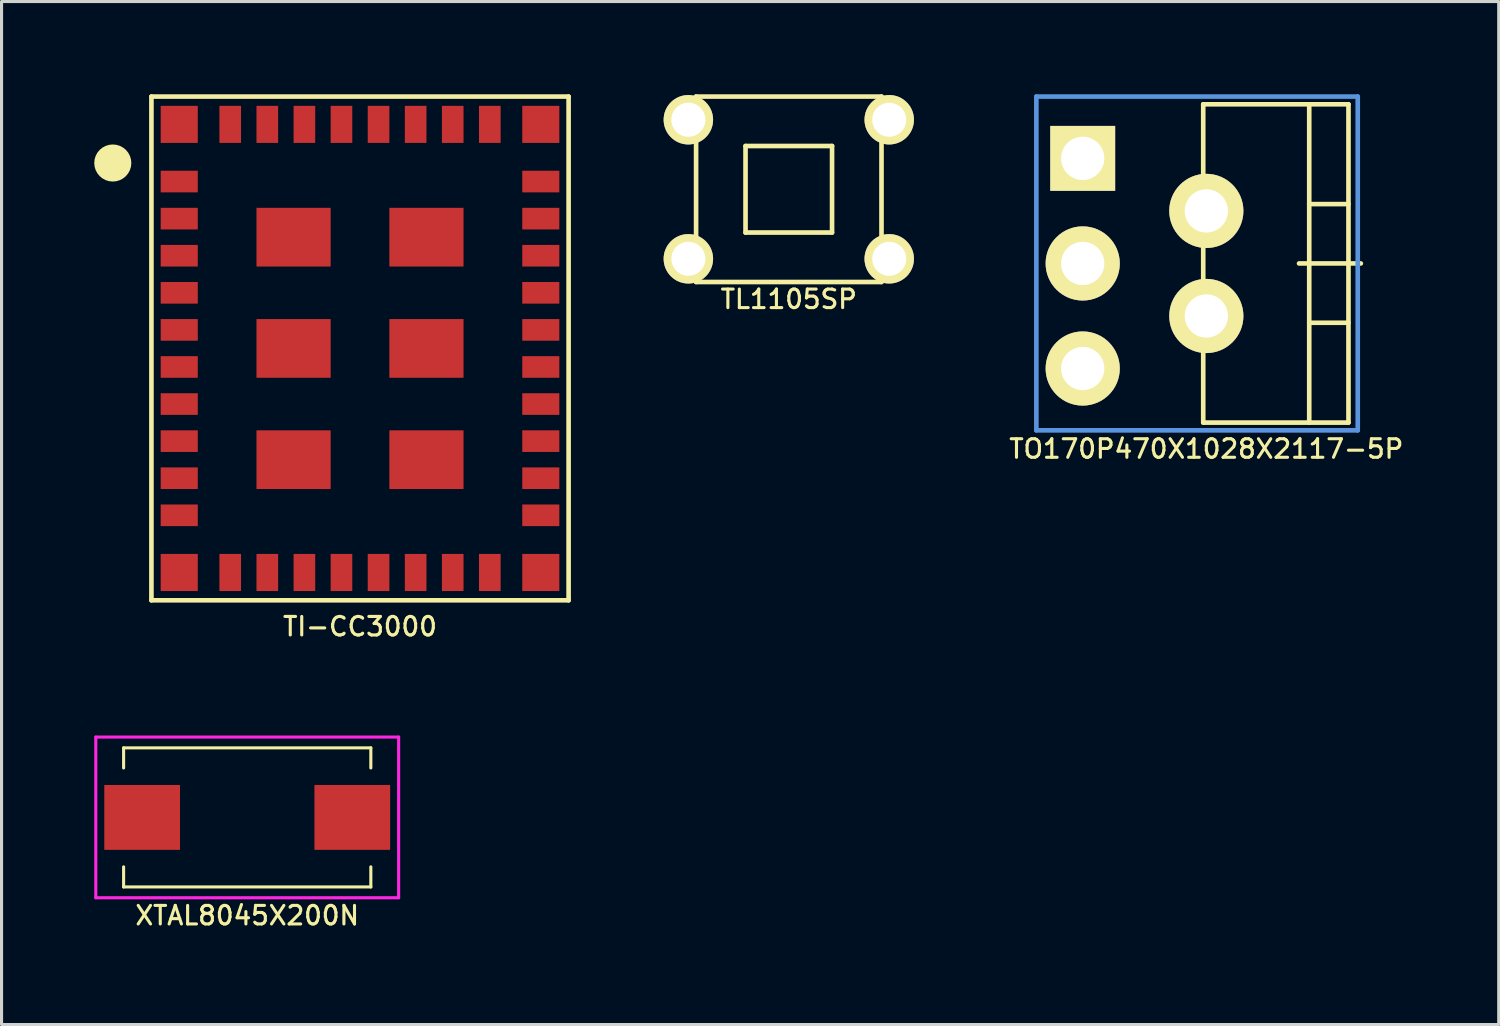
<source format=kicad_pcb>
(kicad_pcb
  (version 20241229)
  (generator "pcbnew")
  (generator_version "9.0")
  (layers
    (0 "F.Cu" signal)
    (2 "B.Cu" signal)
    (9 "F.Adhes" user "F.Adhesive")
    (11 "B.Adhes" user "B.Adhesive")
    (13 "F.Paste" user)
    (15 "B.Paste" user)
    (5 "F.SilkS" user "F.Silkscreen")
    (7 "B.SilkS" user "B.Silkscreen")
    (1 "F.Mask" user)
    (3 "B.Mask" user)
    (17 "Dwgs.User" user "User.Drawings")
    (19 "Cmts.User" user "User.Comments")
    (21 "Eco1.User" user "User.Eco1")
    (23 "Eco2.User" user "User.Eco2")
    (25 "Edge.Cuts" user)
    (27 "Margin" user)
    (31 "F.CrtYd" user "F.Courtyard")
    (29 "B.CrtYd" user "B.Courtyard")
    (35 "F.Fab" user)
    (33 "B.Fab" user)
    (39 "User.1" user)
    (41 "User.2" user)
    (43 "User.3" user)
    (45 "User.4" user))
  (footprint "TO170P470X1028X2117-5P"
    (layer "F.Cu")
    (at 31.986 5.475)
    (property "Reference" "TO170P470X1028X2117-5P" (at 4 6 0) (layer "F.SilkS") (effects (font (size 0.6 0.6) (thickness 0.1))))
    (attr through_hole)
    (fp_line (start 3.9 -5.15) (end 3.9 5.15) (stroke (width 0.15) (type solid)) (layer "F.SilkS"))
    (fp_line (start 3.9 5.15) (end 8.6 5.15) (stroke (width 0.15) (type solid)) (layer "F.SilkS"))
    (fp_line (start 7.33 -5.15) (end 7.33 5.15) (stroke (width 0.15) (type solid)) (layer "F.SilkS"))
    (fp_line (start 7.33 -1.92) (end 8.6 -1.92) (stroke (width 0.15) (type solid)) (layer "F.SilkS"))
    (fp_line (start 7.33 1.92) (end 8.6 1.92) (stroke (width 0.15) (type solid)) (layer "F.SilkS"))
    (fp_line (start 8.6 -5.15) (end 3.9 -5.15) (stroke (width 0.15) (type solid)) (layer "F.SilkS"))
    (fp_line (start 8.6 5.15) (end 8.6 -5.15) (stroke (width 0.15) (type solid)) (layer "F.SilkS"))
    (fp_line (start 9 0) (end 7 0) (stroke (width 0.15) (type solid)) (layer "F.SilkS"))
    (fp_line (start -1.5 -5.4) (end 8.9 -5.4) (stroke (width 0.15) (type solid)) (layer "Cmts.User"))
    (fp_line (start -1.5 5.4) (end -1.5 -5.4) (stroke (width 0.15) (type solid)) (layer "Cmts.User"))
    (fp_line (start 8.9 -5.4) (end 8.9 5.4) (stroke (width 0.15) (type solid)) (layer "Cmts.User"))
    (fp_line (start 8.9 5.4) (end -1.5 5.4) (stroke (width 0.15) (type solid)) (layer "Cmts.User"))
    (pad "1" thru_hole rect (at 0 -3.4) (size 2.1 2.1) (drill 1.4) (layers "*.Cu" "*.Mask" "F.SilkS"))
    (pad "2" thru_hole circle (at 4 -1.7) (size 2.4 2.4) (drill 1.4) (layers "*.Cu" "*.Mask" "F.SilkS"))
    (pad "3" thru_hole circle (at 0 0) (size 2.4 2.4) (drill 1.4) (layers "*.Cu" "*.Mask" "F.SilkS"))
    (pad "4" thru_hole circle (at 4 1.7) (size 2.4 2.4) (drill 1.4) (layers "*.Cu" "*.Mask" "F.SilkS"))
    (pad "5" thru_hole circle (at 0 3.4) (size 2.4 2.4) (drill 1.4) (layers "*.Cu" "*.Mask" "F.SilkS")))
  (footprint "TI-CC3000"
    (layer "F.Cu")
    (at 8.6 8.225)
    (property "Reference" "TI-CC3000" (at 0 9 0) (layer "F.SilkS") (effects (font (size 0.6 0.6) (thickness 0.1))))
    (attr through_hole)
    (fp_line (start -6.75 -8.15) (end 6.75 -8.15) (stroke (width 0.15) (type solid)) (layer "F.SilkS"))
    (fp_line (start -6.75 8.15) (end -6.75 -8.15) (stroke (width 0.15) (type solid)) (layer "F.SilkS"))
    (fp_line (start 6.75 -8.15) (end 6.75 8.15) (stroke (width 0.15) (type solid)) (layer "F.SilkS"))
    (fp_line (start 6.75 8.15) (end -6.75 8.15) (stroke (width 0.15) (type solid)) (layer "F.SilkS"))
    (fp_circle (center -8 -6) (end -7.7 -6) (stroke (width 0.6) (type solid)) (fill no) (layer "F.SilkS"))
    (pad "1" smd rect (at -5.85 -5.4) (size 1.2 0.7) (layers "F.Cu" "F.Mask" "F.Paste"))
    (pad "2" smd rect (at -5.85 -4.2) (size 1.2 0.7) (layers "F.Cu" "F.Mask" "F.Paste"))
    (pad "3" smd rect (at -5.85 -3) (size 1.2 0.7) (layers "F.Cu" "F.Mask" "F.Paste"))
    (pad "4" smd rect (at -5.85 -1.8) (size 1.2 0.7) (layers "F.Cu" "F.Mask" "F.Paste"))
    (pad "5" smd rect (at -5.85 -0.6) (size 1.2 0.7) (layers "F.Cu" "F.Mask" "F.Paste"))
    (pad "6" smd rect (at -5.85 0.6) (size 1.2 0.7) (layers "F.Cu" "F.Mask" "F.Paste"))
    (pad "7" smd rect (at -5.85 1.8) (size 1.2 0.7) (layers "F.Cu" "F.Mask" "F.Paste"))
    (pad "8" smd rect (at -5.85 3) (size 1.2 0.7) (layers "F.Cu" "F.Mask" "F.Paste"))
    (pad "9" smd rect (at -5.85 4.2) (size 1.2 0.7) (layers "F.Cu" "F.Mask" "F.Paste"))
    (pad "10" smd rect (at -5.85 5.4) (size 1.2 0.7) (layers "F.Cu" "F.Mask" "F.Paste"))
    (pad "11" smd rect (at -4.2 7.25) (size 0.7 1.2) (layers "F.Cu" "F.Mask" "F.Paste"))
    (pad "12" smd rect (at -3 7.25) (size 0.7 1.2) (layers "F.Cu" "F.Mask" "F.Paste"))
    (pad "13" smd rect (at -1.8 7.25) (size 0.7 1.2) (layers "F.Cu" "F.Mask" "F.Paste"))
    (pad "14" smd rect (at -0.6 7.25) (size 0.7 1.2) (layers "F.Cu" "F.Mask" "F.Paste"))
    (pad "15" smd rect (at 0.6 7.25) (size 0.7 1.2) (layers "F.Cu" "F.Mask" "F.Paste"))
    (pad "16" smd rect (at 1.8 7.25) (size 0.7 1.2) (layers "F.Cu" "F.Mask" "F.Paste"))
    (pad "17" smd rect (at 3 7.25) (size 0.7 1.2) (layers "F.Cu" "F.Mask" "F.Paste"))
    (pad "18" smd rect (at 4.2 7.25) (size 0.7 1.2) (layers "F.Cu" "F.Mask" "F.Paste"))
    (pad "19" smd rect (at 5.85 5.4) (size 1.2 0.7) (layers "F.Cu" "F.Mask" "F.Paste"))
    (pad "20" smd rect (at 5.85 4.2) (size 1.2 0.7) (layers "F.Cu" "F.Mask" "F.Paste"))
    (pad "21" smd rect (at 5.85 3) (size 1.2 0.7) (layers "F.Cu" "F.Mask" "F.Paste"))
    (pad "22" smd rect (at 5.85 1.8) (size 1.2 0.7) (layers "F.Cu" "F.Mask" "F.Paste"))
    (pad "23" smd rect (at 5.85 0.6) (size 1.2 0.7) (layers "F.Cu" "F.Mask" "F.Paste"))
    (pad "24" smd rect (at 5.85 -0.6) (size 1.2 0.7) (layers "F.Cu" "F.Mask" "F.Paste"))
    (pad "25" smd rect (at 5.85 -1.8) (size 1.2 0.7) (layers "F.Cu" "F.Mask" "F.Paste"))
    (pad "26" smd rect (at 5.85 -3) (size 1.2 0.7) (layers "F.Cu" "F.Mask" "F.Paste"))
    (pad "27" smd rect (at 5.85 -4.2) (size 1.2 0.7) (layers "F.Cu" "F.Mask" "F.Paste"))
    (pad "28" smd rect (at 5.85 -5.4) (size 1.2 0.7) (layers "F.Cu" "F.Mask" "F.Paste"))
    (pad "29" smd rect (at 4.2 -7.25) (size 0.7 1.2) (layers "F.Cu" "F.Mask" "F.Paste"))
    (pad "30" smd rect (at 3 -7.25) (size 0.7 1.2) (layers "F.Cu" "F.Mask" "F.Paste"))
    (pad "31" smd rect (at 1.8 -7.25) (size 0.7 1.2) (layers "F.Cu" "F.Mask" "F.Paste"))
    (pad "32" smd rect (at 0.6 -7.25) (size 0.7 1.2) (layers "F.Cu" "F.Mask" "F.Paste"))
    (pad "33" smd rect (at -0.6 -7.25) (size 0.7 1.2) (layers "F.Cu" "F.Mask" "F.Paste"))
    (pad "34" smd rect (at -1.8 -7.25) (size 0.7 1.2) (layers "F.Cu" "F.Mask" "F.Paste"))
    (pad "35" smd rect (at -3 -7.25) (size 0.7 1.2) (layers "F.Cu" "F.Mask" "F.Paste"))
    (pad "36" smd rect (at -4.2 -7.25) (size 0.7 1.2) (layers "F.Cu" "F.Mask" "F.Paste"))
    (pad "37" smd rect (at -2.15 -3.6) (size 2.4 1.9) (layers "F.Cu" "F.Mask" "F.Paste"))
    (pad "38" smd rect (at -2.15 0) (size 2.4 1.9) (layers "F.Cu" "F.Mask" "F.Paste"))
    (pad "39" smd rect (at -2.15 3.6) (size 2.4 1.9) (layers "F.Cu" "F.Mask" "F.Paste"))
    (pad "40" smd rect (at 2.15 -3.6) (size 2.4 1.9) (layers "F.Cu" "F.Mask" "F.Paste"))
    (pad "41" smd rect (at 2.15 0) (size 2.4 1.9) (layers "F.Cu" "F.Mask" "F.Paste"))
    (pad "42" smd rect (at 2.15 3.6) (size 2.4 1.9) (layers "F.Cu" "F.Mask" "F.Paste"))
    (pad "43" smd rect (at -5.85 -7.25) (size 1.2 1.2) (layers "F.Cu" "F.Mask" "F.Paste"))
    (pad "44" smd rect (at -5.85 7.25) (size 1.2 1.2) (layers "F.Cu" "F.Mask" "F.Paste"))
    (pad "45" smd rect (at 5.85 7.25) (size 1.2 1.2) (layers "F.Cu" "F.Mask" "F.Paste"))
    (pad "46" smd rect (at 5.85 -7.25) (size 1.2 1.2) (layers "F.Cu" "F.Mask" "F.Paste")))
  (footprint "XTAL8045X200N"
    (layer "F.Cu")
    (at 4.95 23.401)
    (property "Reference" "XTAL8045X200N" (at 0 3.175 0) (layer "F.SilkS") (effects (font (size 0.6 0.6) (thickness 0.1))))
    (attr through_hole)
    (fp_line (start -4 -2.25) (end 4 -2.25) (stroke (width 0.1) (type solid)) (layer "F.SilkS"))
    (fp_line (start -4 -1.6) (end -4 -2.25) (stroke (width 0.1) (type solid)) (layer "F.SilkS"))
    (fp_line (start -4 2.25) (end -4 1.6) (stroke (width 0.1) (type solid)) (layer "F.SilkS"))
    (fp_line (start -4 2.25) (end 4 2.25) (stroke (width 0.1) (type solid)) (layer "F.SilkS"))
    (fp_line (start 4 -2.25) (end 4 -1.6) (stroke (width 0.1) (type solid)) (layer "F.SilkS"))
    (fp_line (start 4 1.6) (end 4 2.25) (stroke (width 0.1) (type solid)) (layer "F.SilkS"))
    (fp_line (start -4.9 -2.6) (end 4.9 -2.6) (stroke (width 0.1) (type solid)) (layer "F.CrtYd"))
    (fp_line (start -4.9 2.6) (end -4.9 -2.6) (stroke (width 0.1) (type solid)) (layer "F.CrtYd"))
    (fp_line (start 4.9 -2.6) (end 4.9 2.6) (stroke (width 0.1) (type solid)) (layer "F.CrtYd"))
    (fp_line (start 4.9 2.6) (end -4.9 2.6) (stroke (width 0.1) (type solid)) (layer "F.CrtYd"))
    (pad "1" smd rect (at -3.4 0) (size 2.45 2.1) (layers "F.Cu" "F.Mask" "F.Paste"))
    (pad "2" smd rect (at 3.4 0) (size 2.45 2.1) (layers "F.Cu" "F.Mask" "F.Paste")))
  (footprint "TL1105SP"
    (layer "F.Cu")
    (at 22.475 3.075)
    (property "Reference" "TL1105SP" (at 0 3.556 0) (layer "F.SilkS") (effects (font (size 0.6 0.6) (thickness 0.1))))
    (attr through_hole)
    (fp_line (start -3 -3) (end -3 3) (stroke (width 0.15) (type solid)) (layer "F.SilkS"))
    (fp_line (start -3 -3) (end 3 -3) (stroke (width 0.15) (type solid)) (layer "F.SilkS"))
    (fp_line (start -1.4 -1.4) (end 1.4 -1.4) (stroke (width 0.15) (type solid)) (layer "F.SilkS"))
    (fp_line (start -1.4 1.4) (end -1.4 -1.4) (stroke (width 0.15) (type solid)) (layer "F.SilkS"))
    (fp_line (start 1.4 -1.4) (end 1.4 1.4) (stroke (width 0.15) (type solid)) (layer "F.SilkS"))
    (fp_line (start 1.4 1.4) (end -1.4 1.4) (stroke (width 0.15) (type solid)) (layer "F.SilkS"))
    (fp_line (start 3 -3) (end 3 3) (stroke (width 0.15) (type solid)) (layer "F.SilkS"))
    (fp_line (start 3 3) (end -3 3) (stroke (width 0.15) (type solid)) (layer "F.SilkS"))
    (pad "1" thru_hole circle (at -3.25 2.25) (size 1.6 1.6) (drill 1.1) (layers "*.Cu" "*.Mask" "F.SilkS"))
    (pad "2" thru_hole circle (at 3.25 2.25) (size 1.6 1.6) (drill 1.1) (layers "*.Cu" "*.Mask" "F.SilkS"))
    (pad "3" thru_hole circle (at -3.25 -2.25) (size 1.6 1.6) (drill 1.1) (layers "*.Cu" "*.Mask" "F.SilkS"))
    (pad "4" thru_hole circle (at 3.25 -2.25) (size 1.6 1.6) (drill 1.1) (layers "*.Cu" "*.Mask" "F.SilkS")))
  (gr_rect
    (start -3 -3)
    (end 45.448 30.103)
    (stroke (width 0.1) (type default))
    (fill no)
    (layer "Edge.Cuts")))
</source>
